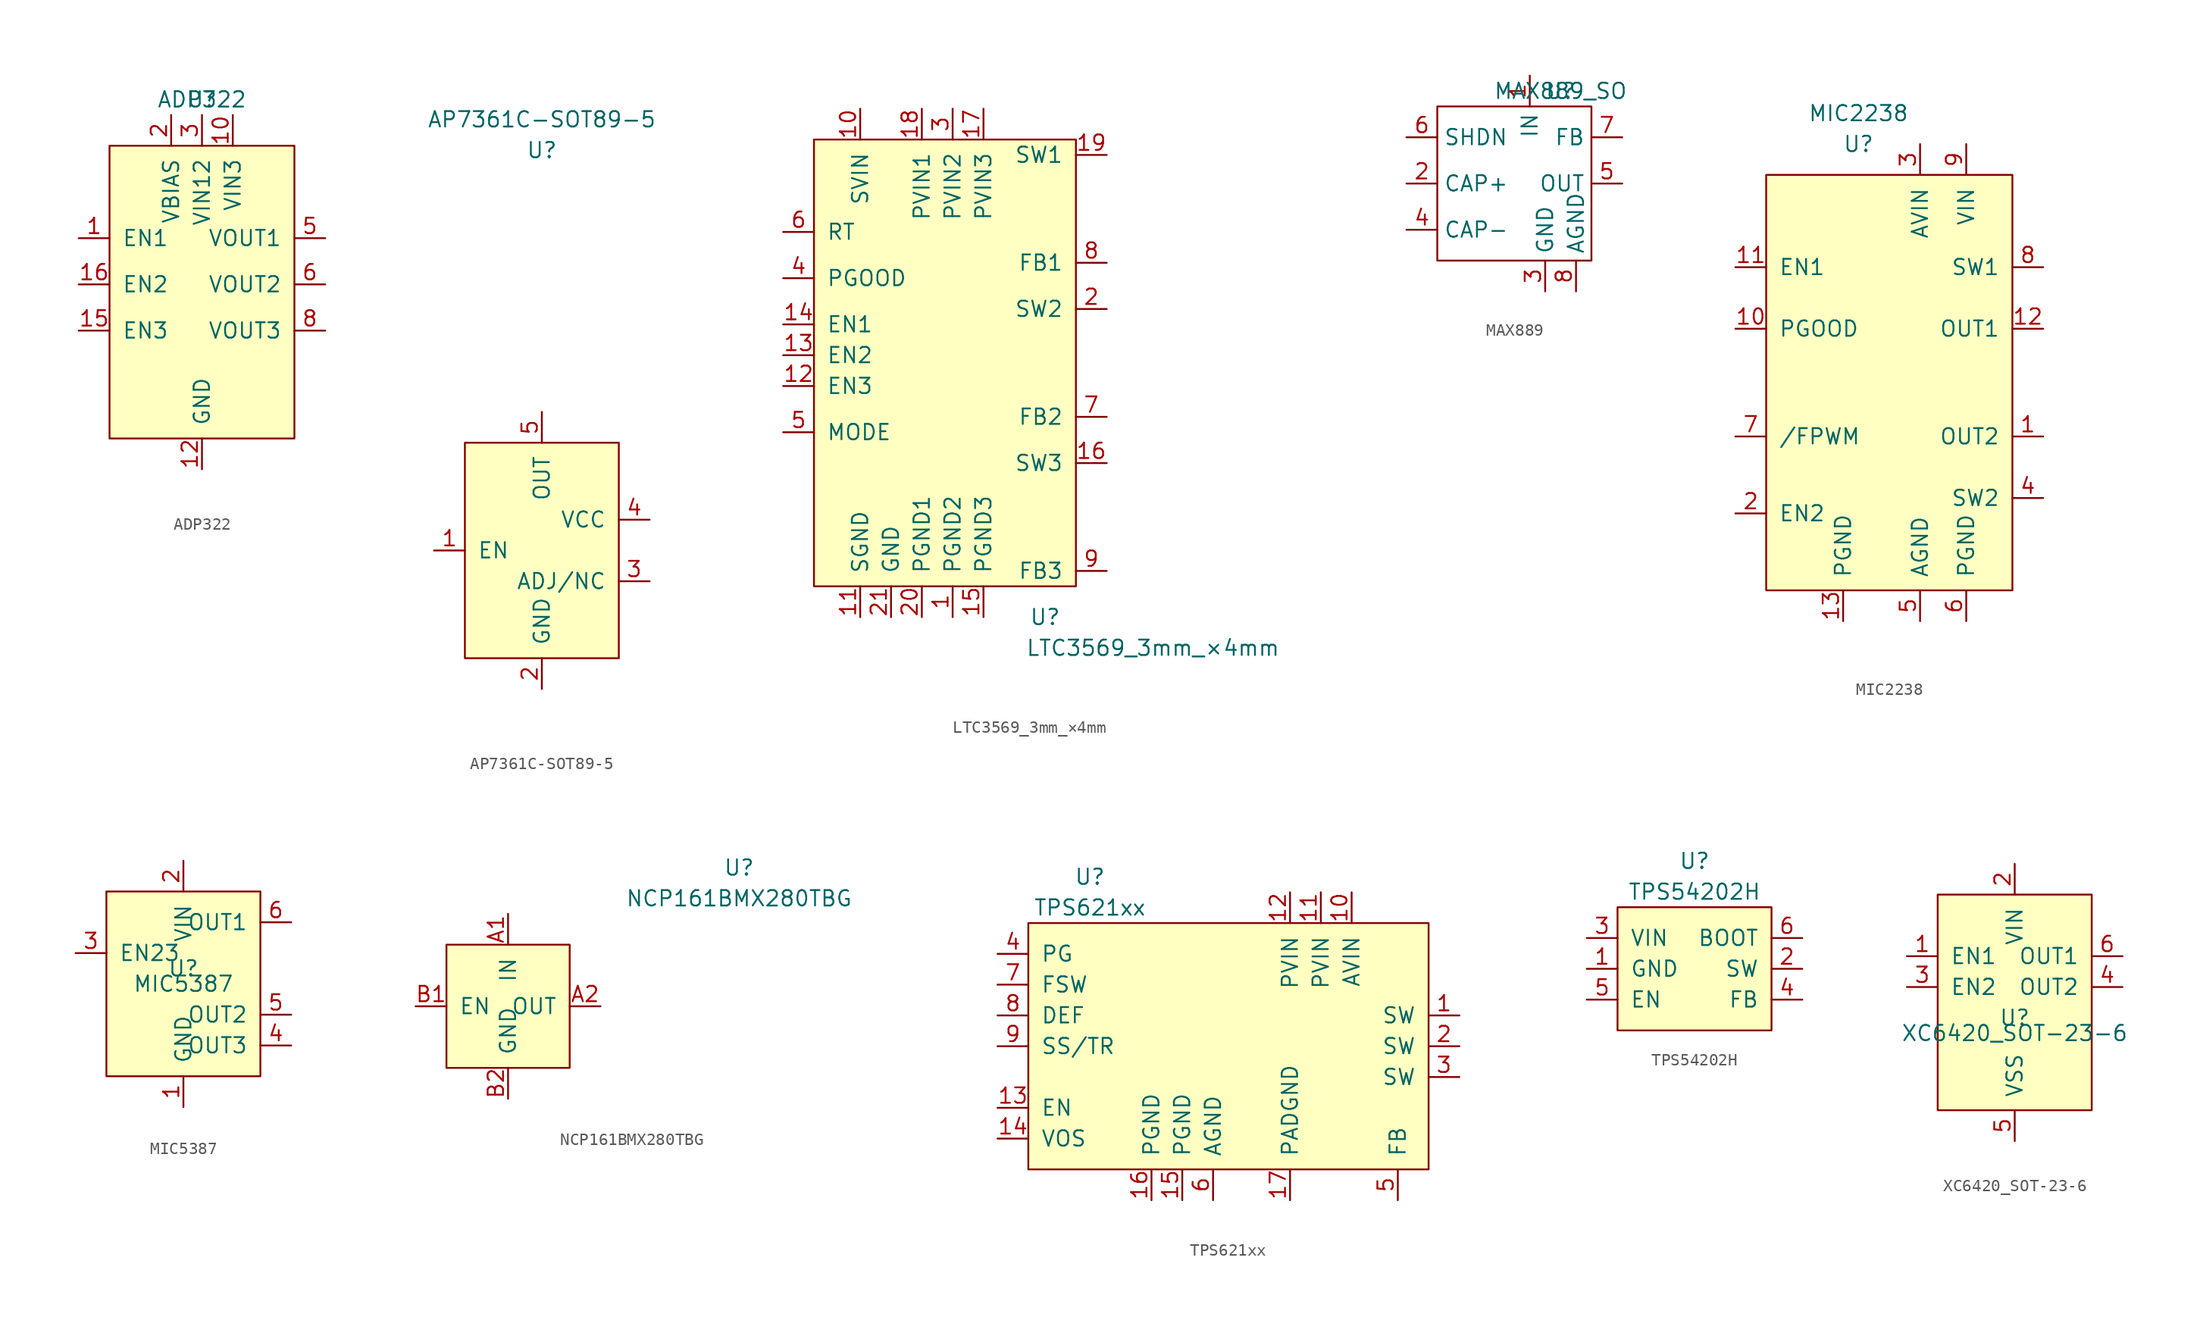
<source format=kicad_sym>
(kicad_symbol_lib
  (version 20220914)
  (generator kicad_symbol_editor)
  (symbol "ADP322"
    (pin_names
      (offset 1.016))
    (property "Reference" "U"
      (at 0 15.24 0)
      (effects (font (size 1.27 1.27))))
    (property "Value" "ADP322"
      (at 0 15.24 0)
      (effects (font (size 1.27 1.27))))
    (symbol "ADP322_0_1"
      (rectangle (start -7.62 11.43) (end 7.62 -12.7) (stroke (width 0) (type default)) (fill (type background))))
    (symbol "ADP322_1_1"
      (pin passive line (at 0 -15.24 90) (length 2.54) hide (name "PAD" (effects (font (size 1.27 1.27)))) (number "0" (effects (font (size 1.27 1.27)))))
      (pin input line (at -10.16 3.81 0) (length 2.54) (name "EN1" (effects (font (size 1.27 1.27)))) (number "1" (effects (font (size 1.27 1.27)))))
      (pin power_in line (at 2.54 13.97 270) (length 2.54) (name "VIN3" (effects (font (size 1.27 1.27)))) (number "10" (effects (font (size 1.27 1.27)))))
      (pin power_in line (at 0 -15.24 90) (length 2.54) (name "GND" (effects (font (size 1.27 1.27)))) (number "12" (effects (font (size 1.27 1.27)))))
      (pin input line (at -10.16 -3.81 0) (length 2.54) (name "EN3" (effects (font (size 1.27 1.27)))) (number "15" (effects (font (size 1.27 1.27)))))
      (pin input line (at -10.16 0 0) (length 2.54) (name "EN2" (effects (font (size 1.27 1.27)))) (number "16" (effects (font (size 1.27 1.27)))))
      (pin power_in line (at -2.54 13.97 270) (length 2.54) (name "VBIAS" (effects (font (size 1.27 1.27)))) (number "2" (effects (font (size 1.27 1.27)))))
      (pin power_in line (at 0 13.97 270) (length 2.54) (name "VIN12" (effects (font (size 1.27 1.27)))) (number "3" (effects (font (size 1.27 1.27)))))
      (pin power_out line (at 10.16 3.81 180) (length 2.54) (name "VOUT1" (effects (font (size 1.27 1.27)))) (number "5" (effects (font (size 1.27 1.27)))))
      (pin power_out line (at 10.16 0 180) (length 2.54) (name "VOUT2" (effects (font (size 1.27 1.27)))) (number "6" (effects (font (size 1.27 1.27)))))
      (pin power_out line (at 10.16 -3.81 180) (length 2.54) (name "VOUT3" (effects (font (size 1.27 1.27)))) (number "8" (effects (font (size 1.27 1.27)))))))
  (symbol "AP7361C-SOT89-5"
    (pin_names
      (offset 1.016))
    (property "Reference" "U"
      (at 0 33.02 0)
      (effects (font (size 1.27 1.27))))
    (property "Value" "AP7361C-SOT89-5"
      (at 0 35.56 0)
      (effects (font (size 1.27 1.27))))
    (symbol "AP7361C-SOT89-5_0_1"
      (rectangle (start -6.35 8.89) (end 6.35 -8.89) (stroke (width 0) (type default)) (fill (type background))))
    (symbol "AP7361C-SOT89-5_1_1"
      (pin input line (at -8.89 0 0) (length 2.54) (name "EN" (effects (font (size 1.27 1.27)))) (number "1" (effects (font (size 1.27 1.27)))))
      (pin power_in line (at 0 -11.43 90) (length 2.54) (name "GND" (effects (font (size 1.27 1.27)))) (number "2" (effects (font (size 1.27 1.27)))))
      (pin input line (at 8.89 -2.54 180) (length 2.54) (name "ADJ/NC" (effects (font (size 1.27 1.27)))) (number "3" (effects (font (size 1.27 1.27)))))
      (pin power_in line (at 8.89 2.54 180) (length 2.54) (name "VCC" (effects (font (size 1.27 1.27)))) (number "4" (effects (font (size 1.27 1.27)))))
      (pin power_out line (at 0 11.43 270) (length 2.54) (name "OUT" (effects (font (size 1.27 1.27)))) (number "5" (effects (font (size 1.27 1.27)))))))
  (symbol "LTC3569_3mm_×4mm"
    (pin_names
      (offset 1.016))
    (property "Reference" "U"
      (at 7.62 -21.59 0)
      (effects (font (size 1.27 1.27))))
    (property "Value" "LTC3569_3mm_×4mm"
      (at 16.51 -24.13 0)
      (effects (font (size 1.27 1.27))))
    (symbol "LTC3569_3mm_×4mm_0_1"
      (rectangle (start -11.43 17.78) (end 10.16 -19.05) (stroke (width 0) (type default)) (fill (type background))))
    (symbol "LTC3569_3mm_×4mm_1_1"
      (pin power_in line (at 0 -21.59 90) (length 2.54) (name "PGND2" (effects (font (size 1.27 1.27)))) (number "1" (effects (font (size 1.27 1.27)))))
      (pin power_in line (at -7.62 20.32 270) (length 2.54) (name "SVIN" (effects (font (size 1.27 1.27)))) (number "10" (effects (font (size 1.27 1.27)))))
      (pin power_in line (at -7.62 -21.59 90) (length 2.54) (name "SGND" (effects (font (size 1.27 1.27)))) (number "11" (effects (font (size 1.27 1.27)))))
      (pin input line (at -13.97 -2.54 0) (length 2.54) (name "EN3" (effects (font (size 1.27 1.27)))) (number "12" (effects (font (size 1.27 1.27)))))
      (pin input line (at -13.97 0 0) (length 2.54) (name "EN2" (effects (font (size 1.27 1.27)))) (number "13" (effects (font (size 1.27 1.27)))))
      (pin input line (at -13.97 2.54 0) (length 2.54) (name "EN1" (effects (font (size 1.27 1.27)))) (number "14" (effects (font (size 1.27 1.27)))))
      (pin power_in line (at 2.54 -21.59 90) (length 2.54) (name "PGND3" (effects (font (size 1.27 1.27)))) (number "15" (effects (font (size 1.27 1.27)))))
      (pin power_out line (at 12.7 -8.89 180) (length 2.54) (name "SW3" (effects (font (size 1.27 1.27)))) (number "16" (effects (font (size 1.27 1.27)))))
      (pin power_in line (at 2.54 20.32 270) (length 2.54) (name "PVIN3" (effects (font (size 1.27 1.27)))) (number "17" (effects (font (size 1.27 1.27)))))
      (pin power_in line (at -2.54 20.32 270) (length 2.54) (name "PVIN1" (effects (font (size 1.27 1.27)))) (number "18" (effects (font (size 1.27 1.27)))))
      (pin power_out line (at 12.7 16.51 180) (length 2.54) (name "SW1" (effects (font (size 1.27 1.27)))) (number "19" (effects (font (size 1.27 1.27)))))
      (pin power_out line (at 12.7 3.81 180) (length 2.54) (name "SW2" (effects (font (size 1.27 1.27)))) (number "2" (effects (font (size 1.27 1.27)))))
      (pin power_in line (at -2.54 -21.59 90) (length 2.54) (name "PGND1" (effects (font (size 1.27 1.27)))) (number "20" (effects (font (size 1.27 1.27)))))
      (pin power_in line (at -5.08 -21.59 90) (length 2.54) (name "GND" (effects (font (size 1.27 1.27)))) (number "21" (effects (font (size 1.27 1.27)))))
      (pin power_in line (at 0 20.32 270) (length 2.54) (name "PVIN2" (effects (font (size 1.27 1.27)))) (number "3" (effects (font (size 1.27 1.27)))))
      (pin output line (at -13.97 6.35 0) (length 2.54) (name "PGOOD" (effects (font (size 1.27 1.27)))) (number "4" (effects (font (size 1.27 1.27)))))
      (pin input line (at -13.97 -6.35 0) (length 2.54) (name "MODE" (effects (font (size 1.27 1.27)))) (number "5" (effects (font (size 1.27 1.27)))))
      (pin input line (at -13.97 10.16 0) (length 2.54) (name "RT" (effects (font (size 1.27 1.27)))) (number "6" (effects (font (size 1.27 1.27)))))
      (pin input line (at 12.7 -5.08 180) (length 2.54) (name "FB2" (effects (font (size 1.27 1.27)))) (number "7" (effects (font (size 1.27 1.27)))))
      (pin input line (at 12.7 7.62 180) (length 2.54) (name "FB1" (effects (font (size 1.27 1.27)))) (number "8" (effects (font (size 1.27 1.27)))))
      (pin input line (at 12.7 -17.78 180) (length 2.54) (name "FB3" (effects (font (size 1.27 1.27)))) (number "9" (effects (font (size 1.27 1.27)))))))
  (symbol "MAX889"
    (property "Reference" "U"
      (at 3.81 7.62 0)
      (effects (font (size 1.27 1.27))))
    (property "Value" "MAX889_SO"
      (at 3.81 7.62 0)
      (effects (font (size 1.27 1.27))))
    (symbol "MAX889_0_1"
      (rectangle (start -6.35 6.35) (end 6.35 -6.35) (stroke (width 0) (type default)) (fill (type none))))
    (symbol "MAX889_1_1"
      (pin power_in line (at 1.27 8.89 270) (length 2.54) (name "IN" (effects (font (size 1.27 1.27)))) (number "1" (effects (font (size 1.27 1.27)))))
      (pin bidirectional line (at -8.89 0 0) (length 2.54) (name "CAP+" (effects (font (size 1.27 1.27)))) (number "2" (effects (font (size 1.27 1.27)))))
      (pin power_in line (at 2.54 -8.89 90) (length 2.54) (name "GND" (effects (font (size 1.27 1.27)))) (number "3" (effects (font (size 1.27 1.27)))))
      (pin bidirectional line (at -8.89 -3.81 0) (length 2.54) (name "CAP-" (effects (font (size 1.27 1.27)))) (number "4" (effects (font (size 1.27 1.27)))))
      (pin power_out line (at 8.89 0 180) (length 2.54) (name "OUT" (effects (font (size 1.27 1.27)))) (number "5" (effects (font (size 1.27 1.27)))))
      (pin input line (at -8.89 3.81 0) (length 2.54) (name "SHDN" (effects (font (size 1.27 1.27)))) (number "6" (effects (font (size 1.27 1.27)))))
      (pin input line (at 8.89 3.81 180) (length 2.54) (name "FB" (effects (font (size 1.27 1.27)))) (number "7" (effects (font (size 1.27 1.27)))))
      (pin power_in line (at 5.08 -8.89 90) (length 2.54) (name "AGND" (effects (font (size 1.27 1.27)))) (number "8" (effects (font (size 1.27 1.27)))))))
  (symbol "MIC2238"
    (pin_names
      (offset 1.016))
    (property "Reference" "U"
      (at -2.54 19.05 0)
      (effects (font (size 1.27 1.27))))
    (property "Value" "MIC2238"
      (at -2.54 21.59 0)
      (effects (font (size 1.27 1.27))))
    (symbol "MIC2238_0_1"
      (rectangle (start -10.16 16.51) (end 10.16 -17.78) (stroke (width 0) (type default)) (fill (type background))))
    (symbol "MIC2238_1_1"
      (pin input line (at 12.7 -5.08 180) (length 2.54) (name "OUT2" (effects (font (size 1.27 1.27)))) (number "1" (effects (font (size 1.27 1.27)))))
      (pin output line (at -12.7 3.81 0) (length 2.54) (name "PGOOD" (effects (font (size 1.27 1.27)))) (number "10" (effects (font (size 1.27 1.27)))))
      (pin input line (at -12.7 8.89 0) (length 2.54) (name "EN1" (effects (font (size 1.27 1.27)))) (number "11" (effects (font (size 1.27 1.27)))))
      (pin input line (at 12.7 3.81 180) (length 2.54) (name "OUT1" (effects (font (size 1.27 1.27)))) (number "12" (effects (font (size 1.27 1.27)))))
      (pin power_in line (at -3.81 -20.32 90) (length 2.54) (name "PGND" (effects (font (size 1.27 1.27)))) (number "13" (effects (font (size 1.27 1.27)))))
      (pin input line (at -12.7 -11.43 0) (length 2.54) (name "EN2" (effects (font (size 1.27 1.27)))) (number "2" (effects (font (size 1.27 1.27)))))
      (pin power_in line (at 2.54 19.05 270) (length 2.54) (name "AVIN" (effects (font (size 1.27 1.27)))) (number "3" (effects (font (size 1.27 1.27)))))
      (pin output line (at 12.7 -10.16 180) (length 2.54) (name "SW2" (effects (font (size 1.27 1.27)))) (number "4" (effects (font (size 1.27 1.27)))))
      (pin power_in line (at 2.54 -20.32 90) (length 2.54) (name "AGND" (effects (font (size 1.27 1.27)))) (number "5" (effects (font (size 1.27 1.27)))))
      (pin power_in line (at 6.35 -20.32 90) (length 2.54) (name "PGND" (effects (font (size 1.27 1.27)))) (number "6" (effects (font (size 1.27 1.27)))))
      (pin input line (at -12.7 -5.08 0) (length 2.54) (name "/FPWM" (effects (font (size 1.27 1.27)))) (number "7" (effects (font (size 1.27 1.27)))))
      (pin output line (at 12.7 8.89 180) (length 2.54) (name "SW1" (effects (font (size 1.27 1.27)))) (number "8" (effects (font (size 1.27 1.27)))))
      (pin power_in line (at 6.35 19.05 270) (length 2.54) (name "VIN" (effects (font (size 1.27 1.27)))) (number "9" (effects (font (size 1.27 1.27)))))))
  (symbol "MIC5387"
    (pin_names
      (offset 1.016))
    (property "Reference" "U"
      (at 0 1.27 0)
      (effects (font (size 1.27 1.27))))
    (property "Value" "MIC5387"
      (at 0 0 0)
      (effects (font (size 1.27 1.27))))
    (symbol "MIC5387_0_1"
      (rectangle (start -6.35 7.62) (end 6.35 -7.62) (stroke (width 0) (type default)) (fill (type background))))
    (symbol "MIC5387_1_1"
      (pin power_in line (at 0 -10.16 90) (length 2.54) (name "GND" (effects (font (size 1.27 1.27)))) (number "1" (effects (font (size 1.27 1.27)))))
      (pin power_in line (at 0 10.16 270) (length 2.54) (name "VIN" (effects (font (size 1.27 1.27)))) (number "2" (effects (font (size 1.27 1.27)))))
      (pin input line (at -8.89 2.54 0) (length 2.54) (name "EN23" (effects (font (size 1.27 1.27)))) (number "3" (effects (font (size 1.27 1.27)))))
      (pin power_out line (at 8.89 -5.08 180) (length 2.54) (name "OUT3" (effects (font (size 1.27 1.27)))) (number "4" (effects (font (size 1.27 1.27)))))
      (pin power_out line (at 8.89 -2.54 180) (length 2.54) (name "OUT2" (effects (font (size 1.27 1.27)))) (number "5" (effects (font (size 1.27 1.27)))))
      (pin power_out line (at 8.89 5.08 180) (length 2.54) (name "OUT1" (effects (font (size 1.27 1.27)))) (number "6" (effects (font (size 1.27 1.27)))))))
  (symbol "NCP161BMX280TBG"
    (pin_names
      (offset 1.016))
    (property "Reference" "U"
      (at 19.05 11.43 0)
      (effects (font (size 1.27 1.27))))
    (property "Value" "NCP161BMX280TBG"
      (at 19.05 8.89 0)
      (effects (font (size 1.27 1.27))))
    (symbol "NCP161BMX280TBG_0_1"
      (rectangle (start -5.08 5.08) (end 5.08 -5.08) (stroke (width 0) (type default)) (fill (type background))))
    (symbol "NCP161BMX280TBG_1_1"
      (pin power_in line (at 0 7.62 270) (length 2.54) (name "IN" (effects (font (size 1.27 1.27)))) (number "A1" (effects (font (size 1.27 1.27)))))
      (pin power_out line (at 7.62 0 180) (length 2.54) (name "OUT" (effects (font (size 1.27 1.27)))) (number "A2" (effects (font (size 1.27 1.27)))))
      (pin input line (at -7.62 0 0) (length 2.54) (name "EN" (effects (font (size 1.27 1.27)))) (number "B1" (effects (font (size 1.27 1.27)))))
      (pin power_out line (at 0 -7.62 90) (length 2.54) (name "GND" (effects (font (size 1.27 1.27)))) (number "B2" (effects (font (size 1.27 1.27)))))))
  (symbol "TPS621xx"
    (pin_names
      (offset 1.016))
    (property "Reference" "U"
      (at -11.43 13.97 0)
      (effects (font (size 1.27 1.27))))
    (property "Value" "TPS621xx"
      (at -11.43 11.43 0)
      (effects (font (size 1.27 1.27))))
    (symbol "TPS621xx_0_1"
      (rectangle (start -16.51 10.16) (end 16.51 -10.16) (stroke (width 0) (type default)) (fill (type background))))
    (symbol "TPS621xx_1_1"
      (pin output line (at 19.05 2.54 180) (length 2.54) (name "SW" (effects (font (size 1.27 1.27)))) (number "1" (effects (font (size 1.27 1.27)))))
      (pin power_in line (at 10.16 12.7 270) (length 2.54) (name "AVIN" (effects (font (size 1.27 1.27)))) (number "10" (effects (font (size 1.27 1.27)))))
      (pin power_in line (at 7.62 12.7 270) (length 2.54) (name "PVIN" (effects (font (size 1.27 1.27)))) (number "11" (effects (font (size 1.27 1.27)))))
      (pin power_in line (at 5.08 12.7 270) (length 2.54) (name "PVIN" (effects (font (size 1.27 1.27)))) (number "12" (effects (font (size 1.27 1.27)))))
      (pin input line (at -19.05 -5.08 0) (length 2.54) (name "EN" (effects (font (size 1.27 1.27)))) (number "13" (effects (font (size 1.27 1.27)))))
      (pin output line (at -19.05 -7.62 0) (length 2.54) (name "VOS" (effects (font (size 1.27 1.27)))) (number "14" (effects (font (size 1.27 1.27)))))
      (pin power_in line (at -3.81 -12.7 90) (length 2.54) (name "PGND" (effects (font (size 1.27 1.27)))) (number "15" (effects (font (size 1.27 1.27)))))
      (pin power_in line (at -6.35 -12.7 90) (length 2.54) (name "PGND" (effects (font (size 1.27 1.27)))) (number "16" (effects (font (size 1.27 1.27)))))
      (pin power_in line (at 5.08 -12.7 90) (length 2.54) (name "PADGND" (effects (font (size 1.27 1.27)))) (number "17" (effects (font (size 1.27 1.27)))))
      (pin output line (at 19.05 0 180) (length 2.54) (name "SW" (effects (font (size 1.27 1.27)))) (number "2" (effects (font (size 1.27 1.27)))))
      (pin output line (at 19.05 -2.54 180) (length 2.54) (name "SW" (effects (font (size 1.27 1.27)))) (number "3" (effects (font (size 1.27 1.27)))))
      (pin open_collector line (at -19.05 7.62 0) (length 2.54) (name "PG" (effects (font (size 1.27 1.27)))) (number "4" (effects (font (size 1.27 1.27)))))
      (pin input line (at 13.97 -12.7 90) (length 2.54) (name "FB" (effects (font (size 1.27 1.27)))) (number "5" (effects (font (size 1.27 1.27)))))
      (pin power_in line (at -1.27 -12.7 90) (length 2.54) (name "AGND" (effects (font (size 1.27 1.27)))) (number "6" (effects (font (size 1.27 1.27)))))
      (pin input line (at -19.05 5.08 0) (length 2.54) (name "FSW" (effects (font (size 1.27 1.27)))) (number "7" (effects (font (size 1.27 1.27)))))
      (pin output line (at -19.05 2.54 0) (length 2.54) (name "DEF" (effects (font (size 1.27 1.27)))) (number "8" (effects (font (size 1.27 1.27)))))
      (pin bidirectional line (at -19.05 0 0) (length 2.54) (name "SS/TR" (effects (font (size 1.27 1.27)))) (number "9" (effects (font (size 1.27 1.27)))))))
  (symbol "TPS54202H"
    (pin_names
      (offset 1.016))
    (property "Reference" "U"
      (at 0 8.89 0)
      (effects (font (size 1.27 1.27))))
    (property "Value" "TPS54202H"
      (at 0 6.35 0)
      (effects (font (size 1.27 1.27))))
    (symbol "TPS54202H_0_1"
      (rectangle (start -6.35 5.08) (end 6.35 -5.08) (stroke (width 0) (type default)) (fill (type background))))
    (symbol "TPS54202H_1_1"
      (pin power_in line (at -8.89 0 0) (length 2.54) (name "GND" (effects (font (size 1.27 1.27)))) (number "1" (effects (font (size 1.27 1.27)))))
      (pin power_out line (at 8.89 0 180) (length 2.54) (name "SW" (effects (font (size 1.27 1.27)))) (number "2" (effects (font (size 1.27 1.27)))))
      (pin power_in line (at -8.89 2.54 0) (length 2.54) (name "VIN" (effects (font (size 1.27 1.27)))) (number "3" (effects (font (size 1.27 1.27)))))
      (pin input line (at 8.89 -2.54 180) (length 2.54) (name "FB" (effects (font (size 1.27 1.27)))) (number "4" (effects (font (size 1.27 1.27)))))
      (pin input line (at -8.89 -2.54 0) (length 2.54) (name "EN" (effects (font (size 1.27 1.27)))) (number "5" (effects (font (size 1.27 1.27)))))
      (pin bidirectional line (at 8.89 2.54 180) (length 2.54) (name "BOOT" (effects (font (size 1.27 1.27)))) (number "6" (effects (font (size 1.27 1.27)))))))
  (symbol "XC6420_SOT-23-6"
    (pin_names
      (offset 1.016))
    (property "Reference" "U"
      (at 0 -1.27 0)
      (effects (font (size 1.27 1.27))))
    (property "Value" "XC6420_SOT-23-6"
      (at 0 -2.54 0)
      (effects (font (size 1.27 1.27))))
    (symbol "XC6420_SOT-23-6_0_1"
      (rectangle (start -6.35 8.89) (end 6.35 -8.89) (stroke (width 0) (type default)) (fill (type background))))
    (symbol "XC6420_SOT-23-6_1_1"
      (pin input line (at -8.89 3.81 0) (length 2.54) (name "EN1" (effects (font (size 1.27 1.27)))) (number "1" (effects (font (size 1.27 1.27)))))
      (pin output line (at 0 11.43 270) (length 2.54) (name "VIN" (effects (font (size 1.27 1.27)))) (number "2" (effects (font (size 1.27 1.27)))))
      (pin input line (at -8.89 1.27 0) (length 2.54) (name "EN2" (effects (font (size 1.27 1.27)))) (number "3" (effects (font (size 1.27 1.27)))))
      (pin output line (at 8.89 1.27 180) (length 2.54) (name "OUT2" (effects (font (size 1.27 1.27)))) (number "4" (effects (font (size 1.27 1.27)))))
      (pin output line (at 0 -11.43 90) (length 2.54) (name "VSS" (effects (font (size 1.27 1.27)))) (number "5" (effects (font (size 1.27 1.27)))))
      (pin output line (at 8.89 3.81 180) (length 2.54) (name "OUT1" (effects (font (size 1.27 1.27)))) (number "6" (effects (font (size 1.27 1.27))))))))
</source>
